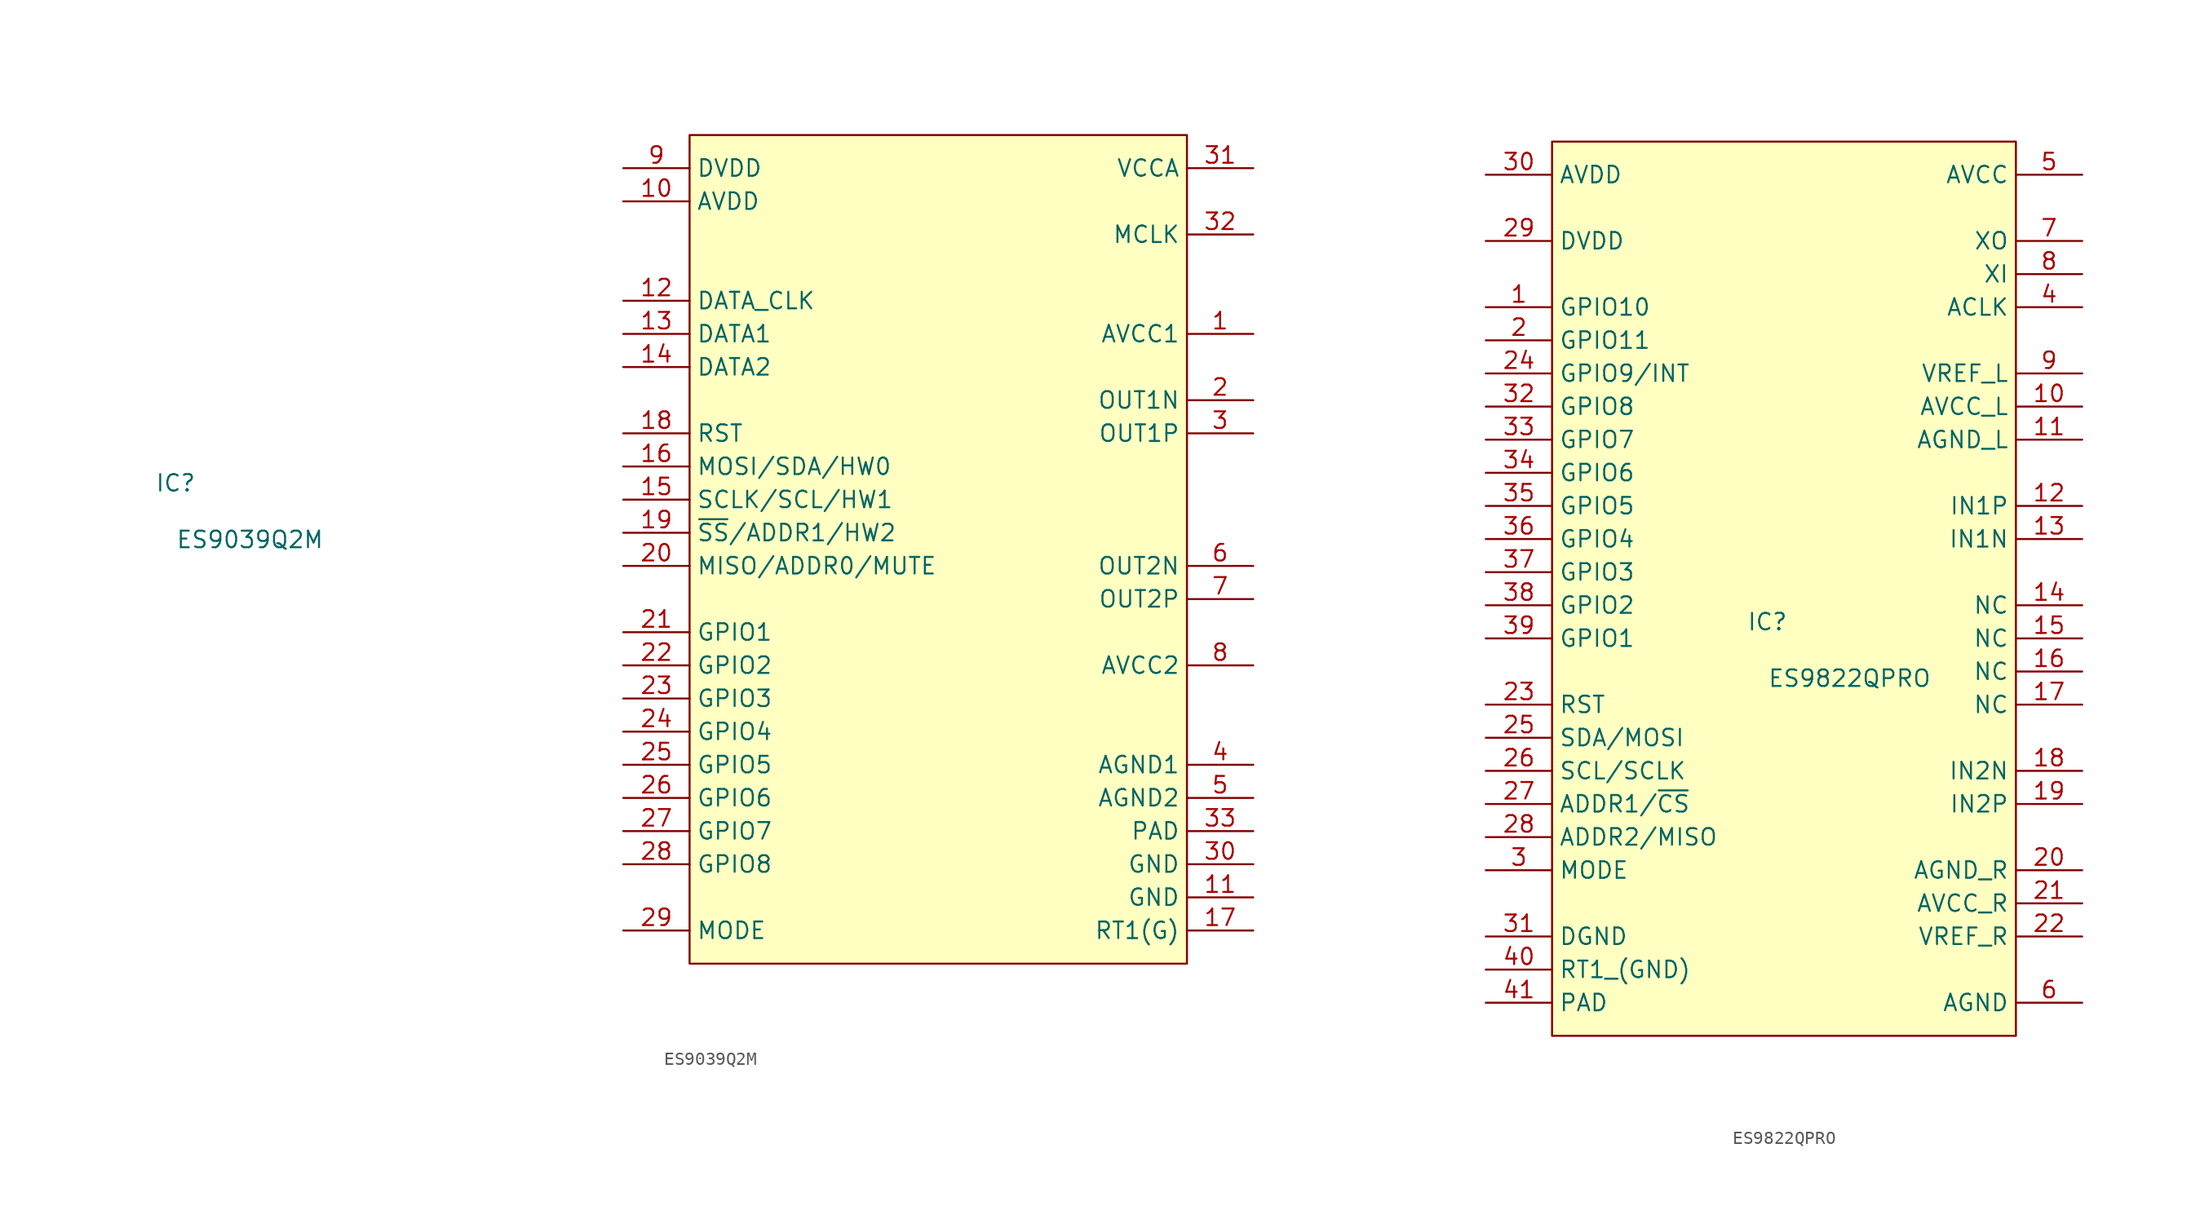
<source format=kicad_sym>
(kicad_symbol_lib
  (version 20231120)
  (generator "kicad_symbol_editor")
  (generator_version "8.0")
  (symbol "ES9039Q2M"
    (property "Reference" "IC"
      (at -1.27 1.27 0)
      (effects (font (size 1.27 1.27))))
    (property "Value" "ES9039Q2M"
      (at -1.27 -3.81 0)
      (effects (font (size 1.27 1.27)) (justify left bottom)))
    (symbol "ES9039Q2M_1_0"
      (rectangle (start 38.1 27.94) (end 76.2 -35.56) (stroke (width 0) (type solid) (color 128 0 0 1)) (fill (type background)))
      (pin passive line (at 81.28 12.7 180) (length 5.08) (name "AVCC1" (effects (font (size 1.27 1.27)))) (number "1" (effects (font (size 1.27 1.27)))))
      (pin passive line (at 33.02 22.86 0) (length 5.08) (name "AVDD" (effects (font (size 1.27 1.27)))) (number "10" (effects (font (size 1.27 1.27)))))
      (pin passive line (at 81.28 -30.48 180) (length 5.08) (name "GND" (effects (font (size 1.27 1.27)))) (number "11" (effects (font (size 1.27 1.27)))))
      (pin bidirectional line (at 33.02 15.24 0) (length 5.08) (name "DATA_CLK" (effects (font (size 1.27 1.27)))) (number "12" (effects (font (size 1.27 1.27)))))
      (pin bidirectional line (at 33.02 12.7 0) (length 5.08) (name "DATA1" (effects (font (size 1.27 1.27)))) (number "13" (effects (font (size 1.27 1.27)))))
      (pin input line (at 33.02 10.16 0) (length 5.08) (name "DATA2" (effects (font (size 1.27 1.27)))) (number "14" (effects (font (size 1.27 1.27)))))
      (pin input line (at 33.02 0 0) (length 5.08) (name "SCLK/SCL/HW1" (effects (font (size 1.27 1.27)))) (number "15" (effects (font (size 1.27 1.27)))))
      (pin bidirectional line (at 33.02 2.54 0) (length 5.08) (name "MOSI/SDA/HW0" (effects (font (size 1.27 1.27)))) (number "16" (effects (font (size 1.27 1.27)))))
      (pin passive line (at 81.28 -33.02 180) (length 5.08) (name "RT1(G)" (effects (font (size 1.27 1.27)))) (number "17" (effects (font (size 1.27 1.27)))))
      (pin input line (at 33.02 5.08 0) (length 5.08) (name "RST" (effects (font (size 1.27 1.27)))) (number "18" (effects (font (size 1.27 1.27)))))
      (pin input line (at 33.02 -2.54 0) (length 5.08) (name "~{SS}/ADDR1/HW2" (effects (font (size 1.27 1.27)))) (number "19" (effects (font (size 1.27 1.27)))))
      (pin passive line (at 81.28 7.62 180) (length 5.08) (name "OUT1N" (effects (font (size 1.27 1.27)))) (number "2" (effects (font (size 1.27 1.27)))))
      (pin bidirectional line (at 33.02 -5.08 0) (length 5.08) (name "MISO/ADDR0/MUTE" (effects (font (size 1.27 1.27)))) (number "20" (effects (font (size 1.27 1.27)))))
      (pin bidirectional line (at 33.02 -10.16 0) (length 5.08) (name "GPIO1" (effects (font (size 1.27 1.27)))) (number "21" (effects (font (size 1.27 1.27)))))
      (pin bidirectional line (at 33.02 -12.7 0) (length 5.08) (name "GPIO2" (effects (font (size 1.27 1.27)))) (number "22" (effects (font (size 1.27 1.27)))))
      (pin bidirectional line (at 33.02 -15.24 0) (length 5.08) (name "GPIO3" (effects (font (size 1.27 1.27)))) (number "23" (effects (font (size 1.27 1.27)))))
      (pin bidirectional line (at 33.02 -17.78 0) (length 5.08) (name "GPIO4" (effects (font (size 1.27 1.27)))) (number "24" (effects (font (size 1.27 1.27)))))
      (pin bidirectional line (at 33.02 -20.32 0) (length 5.08) (name "GPIO5" (effects (font (size 1.27 1.27)))) (number "25" (effects (font (size 1.27 1.27)))))
      (pin bidirectional line (at 33.02 -22.86 0) (length 5.08) (name "GPIO6" (effects (font (size 1.27 1.27)))) (number "26" (effects (font (size 1.27 1.27)))))
      (pin bidirectional line (at 33.02 -25.4 0) (length 5.08) (name "GPIO7" (effects (font (size 1.27 1.27)))) (number "27" (effects (font (size 1.27 1.27)))))
      (pin bidirectional line (at 33.02 -27.94 0) (length 5.08) (name "GPIO8" (effects (font (size 1.27 1.27)))) (number "28" (effects (font (size 1.27 1.27)))))
      (pin input line (at 33.02 -33.02 0) (length 5.08) (name "MODE" (effects (font (size 1.27 1.27)))) (number "29" (effects (font (size 1.27 1.27)))))
      (pin passive line (at 81.28 5.08 180) (length 5.08) (name "OUT1P" (effects (font (size 1.27 1.27)))) (number "3" (effects (font (size 1.27 1.27)))))
      (pin passive line (at 81.28 -27.94 180) (length 5.08) (name "GND" (effects (font (size 1.27 1.27)))) (number "30" (effects (font (size 1.27 1.27)))))
      (pin passive line (at 81.28 25.4 180) (length 5.08) (name "VCCA" (effects (font (size 1.27 1.27)))) (number "31" (effects (font (size 1.27 1.27)))))
      (pin input line (at 81.28 20.32 180) (length 5.08) (name "MCLK" (effects (font (size 1.27 1.27)))) (number "32" (effects (font (size 1.27 1.27)))))
      (pin passive line (at 81.28 -25.4 180) (length 5.08) (name "PAD" (effects (font (size 1.27 1.27)))) (number "33" (effects (font (size 1.27 1.27)))))
      (pin passive line (at 81.28 -20.32 180) (length 5.08) (name "AGND1" (effects (font (size 1.27 1.27)))) (number "4" (effects (font (size 1.27 1.27)))))
      (pin passive line (at 81.28 -22.86 180) (length 5.08) (name "AGND2" (effects (font (size 1.27 1.27)))) (number "5" (effects (font (size 1.27 1.27)))))
      (pin passive line (at 81.28 -5.08 180) (length 5.08) (name "OUT2N" (effects (font (size 1.27 1.27)))) (number "6" (effects (font (size 1.27 1.27)))))
      (pin passive line (at 81.28 -7.62 180) (length 5.08) (name "OUT2P" (effects (font (size 1.27 1.27)))) (number "7" (effects (font (size 1.27 1.27)))))
      (pin passive line (at 81.28 -12.7 180) (length 5.08) (name "AVCC2" (effects (font (size 1.27 1.27)))) (number "8" (effects (font (size 1.27 1.27)))))
      (pin passive line (at 33.02 25.4 0) (length 5.08) (name "DVDD" (effects (font (size 1.27 1.27)))) (number "9" (effects (font (size 1.27 1.27)))))))
  (symbol "ES9822QPRO"
    (property "Reference" "IC"
      (at -1.27 1.27 0)
      (effects (font (size 1.27 1.27))))
    (property "Value" "ES9822QPRO"
      (at -1.27 -3.81 0)
      (effects (font (size 1.27 1.27)) (justify left bottom)))
    (symbol "ES9822QPRO_1_0"
      (rectangle (start -17.78 38.1) (end 17.78 -30.48) (stroke (width 0) (type solid) (color 128 0 0 1)) (fill (type background)))
      (pin bidirectional line (at -22.86 25.4 0) (length 5.08) (name "GPIO10" (effects (font (size 1.27 1.27)))) (number "1" (effects (font (size 1.27 1.27)))))
      (pin power_in line (at 22.86 17.78 180) (length 5.08) (name "AVCC_L" (effects (font (size 1.27 1.27)))) (number "10" (effects (font (size 1.27 1.27)))))
      (pin power_in line (at 22.86 15.24 180) (length 5.08) (name "AGND_L" (effects (font (size 1.27 1.27)))) (number "11" (effects (font (size 1.27 1.27)))))
      (pin input line (at 22.86 10.16 180) (length 5.08) (name "IN1P" (effects (font (size 1.27 1.27)))) (number "12" (effects (font (size 1.27 1.27)))))
      (pin input line (at 22.86 7.62 180) (length 5.08) (name "IN1N" (effects (font (size 1.27 1.27)))) (number "13" (effects (font (size 1.27 1.27)))))
      (pin power_in line (at 22.86 2.54 180) (length 5.08) (name "NC" (effects (font (size 1.27 1.27)))) (number "14" (effects (font (size 1.27 1.27)))))
      (pin power_in line (at 22.86 0 180) (length 5.08) (name "NC" (effects (font (size 1.27 1.27)))) (number "15" (effects (font (size 1.27 1.27)))))
      (pin power_in line (at 22.86 -2.54 180) (length 5.08) (name "NC" (effects (font (size 1.27 1.27)))) (number "16" (effects (font (size 1.27 1.27)))))
      (pin power_in line (at 22.86 -5.08 180) (length 5.08) (name "NC" (effects (font (size 1.27 1.27)))) (number "17" (effects (font (size 1.27 1.27)))))
      (pin input line (at 22.86 -10.16 180) (length 5.08) (name "IN2N" (effects (font (size 1.27 1.27)))) (number "18" (effects (font (size 1.27 1.27)))))
      (pin input line (at 22.86 -12.7 180) (length 5.08) (name "IN2P" (effects (font (size 1.27 1.27)))) (number "19" (effects (font (size 1.27 1.27)))))
      (pin bidirectional line (at -22.86 22.86 0) (length 5.08) (name "GPIO11" (effects (font (size 1.27 1.27)))) (number "2" (effects (font (size 1.27 1.27)))))
      (pin power_in line (at 22.86 -17.78 180) (length 5.08) (name "AGND_R" (effects (font (size 1.27 1.27)))) (number "20" (effects (font (size 1.27 1.27)))))
      (pin power_in line (at 22.86 -20.32 180) (length 5.08) (name "AVCC_R" (effects (font (size 1.27 1.27)))) (number "21" (effects (font (size 1.27 1.27)))))
      (pin power_in line (at 22.86 -22.86 180) (length 5.08) (name "VREF_R" (effects (font (size 1.27 1.27)))) (number "22" (effects (font (size 1.27 1.27)))))
      (pin input line (at -22.86 -5.08 0) (length 5.08) (name "RST" (effects (font (size 1.27 1.27)))) (number "23" (effects (font (size 1.27 1.27)))))
      (pin bidirectional line (at -22.86 20.32 0) (length 5.08) (name "GPIO9/INT" (effects (font (size 1.27 1.27)))) (number "24" (effects (font (size 1.27 1.27)))))
      (pin bidirectional line (at -22.86 -7.62 0) (length 5.08) (name "SDA/MOSI" (effects (font (size 1.27 1.27)))) (number "25" (effects (font (size 1.27 1.27)))))
      (pin input line (at -22.86 -10.16 0) (length 5.08) (name "SCL/SCLK" (effects (font (size 1.27 1.27)))) (number "26" (effects (font (size 1.27 1.27)))))
      (pin input line (at -22.86 -12.7 0) (length 5.08) (name "ADDR1/~{CS}" (effects (font (size 1.27 1.27)))) (number "27" (effects (font (size 1.27 1.27)))))
      (pin bidirectional line (at -22.86 -15.24 0) (length 5.08) (name "ADDR2/MISO" (effects (font (size 1.27 1.27)))) (number "28" (effects (font (size 1.27 1.27)))))
      (pin power_in line (at -22.86 30.48 0) (length 5.08) (name "DVDD" (effects (font (size 1.27 1.27)))) (number "29" (effects (font (size 1.27 1.27)))))
      (pin input line (at -22.86 -17.78 0) (length 5.08) (name "MODE" (effects (font (size 1.27 1.27)))) (number "3" (effects (font (size 1.27 1.27)))))
      (pin power_in line (at -22.86 35.56 0) (length 5.08) (name "AVDD" (effects (font (size 1.27 1.27)))) (number "30" (effects (font (size 1.27 1.27)))))
      (pin power_in line (at -22.86 -22.86 0) (length 5.08) (name "DGND" (effects (font (size 1.27 1.27)))) (number "31" (effects (font (size 1.27 1.27)))))
      (pin bidirectional line (at -22.86 17.78 0) (length 5.08) (name "GPIO8" (effects (font (size 1.27 1.27)))) (number "32" (effects (font (size 1.27 1.27)))))
      (pin bidirectional line (at -22.86 15.24 0) (length 5.08) (name "GPIO7" (effects (font (size 1.27 1.27)))) (number "33" (effects (font (size 1.27 1.27)))))
      (pin bidirectional line (at -22.86 12.7 0) (length 5.08) (name "GPIO6" (effects (font (size 1.27 1.27)))) (number "34" (effects (font (size 1.27 1.27)))))
      (pin bidirectional line (at -22.86 10.16 0) (length 5.08) (name "GPIO5" (effects (font (size 1.27 1.27)))) (number "35" (effects (font (size 1.27 1.27)))))
      (pin bidirectional line (at -22.86 7.62 0) (length 5.08) (name "GPIO4" (effects (font (size 1.27 1.27)))) (number "36" (effects (font (size 1.27 1.27)))))
      (pin bidirectional line (at -22.86 5.08 0) (length 5.08) (name "GPIO3" (effects (font (size 1.27 1.27)))) (number "37" (effects (font (size 1.27 1.27)))))
      (pin bidirectional line (at -22.86 2.54 0) (length 5.08) (name "GPIO2" (effects (font (size 1.27 1.27)))) (number "38" (effects (font (size 1.27 1.27)))))
      (pin bidirectional line (at -22.86 0 0) (length 5.08) (name "GPIO1" (effects (font (size 1.27 1.27)))) (number "39" (effects (font (size 1.27 1.27)))))
      (pin input line (at 22.86 25.4 180) (length 5.08) (name "ACLK" (effects (font (size 1.27 1.27)))) (number "4" (effects (font (size 1.27 1.27)))))
      (pin power_in line (at -22.86 -25.4 0) (length 5.08) (name "RT1_(GND)" (effects (font (size 1.27 1.27)))) (number "40" (effects (font (size 1.27 1.27)))))
      (pin power_in line (at -22.86 -27.94 0) (length 5.08) (name "PAD" (effects (font (size 1.27 1.27)))) (number "41" (effects (font (size 1.27 1.27)))))
      (pin power_in line (at 22.86 35.56 180) (length 5.08) (name "AVCC" (effects (font (size 1.27 1.27)))) (number "5" (effects (font (size 1.27 1.27)))))
      (pin power_in line (at 22.86 -27.94 180) (length 5.08) (name "AGND" (effects (font (size 1.27 1.27)))) (number "6" (effects (font (size 1.27 1.27)))))
      (pin bidirectional line (at 22.86 30.48 180) (length 5.08) (name "XO" (effects (font (size 1.27 1.27)))) (number "7" (effects (font (size 1.27 1.27)))))
      (pin bidirectional line (at 22.86 27.94 180) (length 5.08) (name "XI" (effects (font (size 1.27 1.27)))) (number "8" (effects (font (size 1.27 1.27)))))
      (pin power_in line (at 22.86 20.32 180) (length 5.08) (name "VREF_L" (effects (font (size 1.27 1.27)))) (number "9" (effects (font (size 1.27 1.27))))))))
</source>
